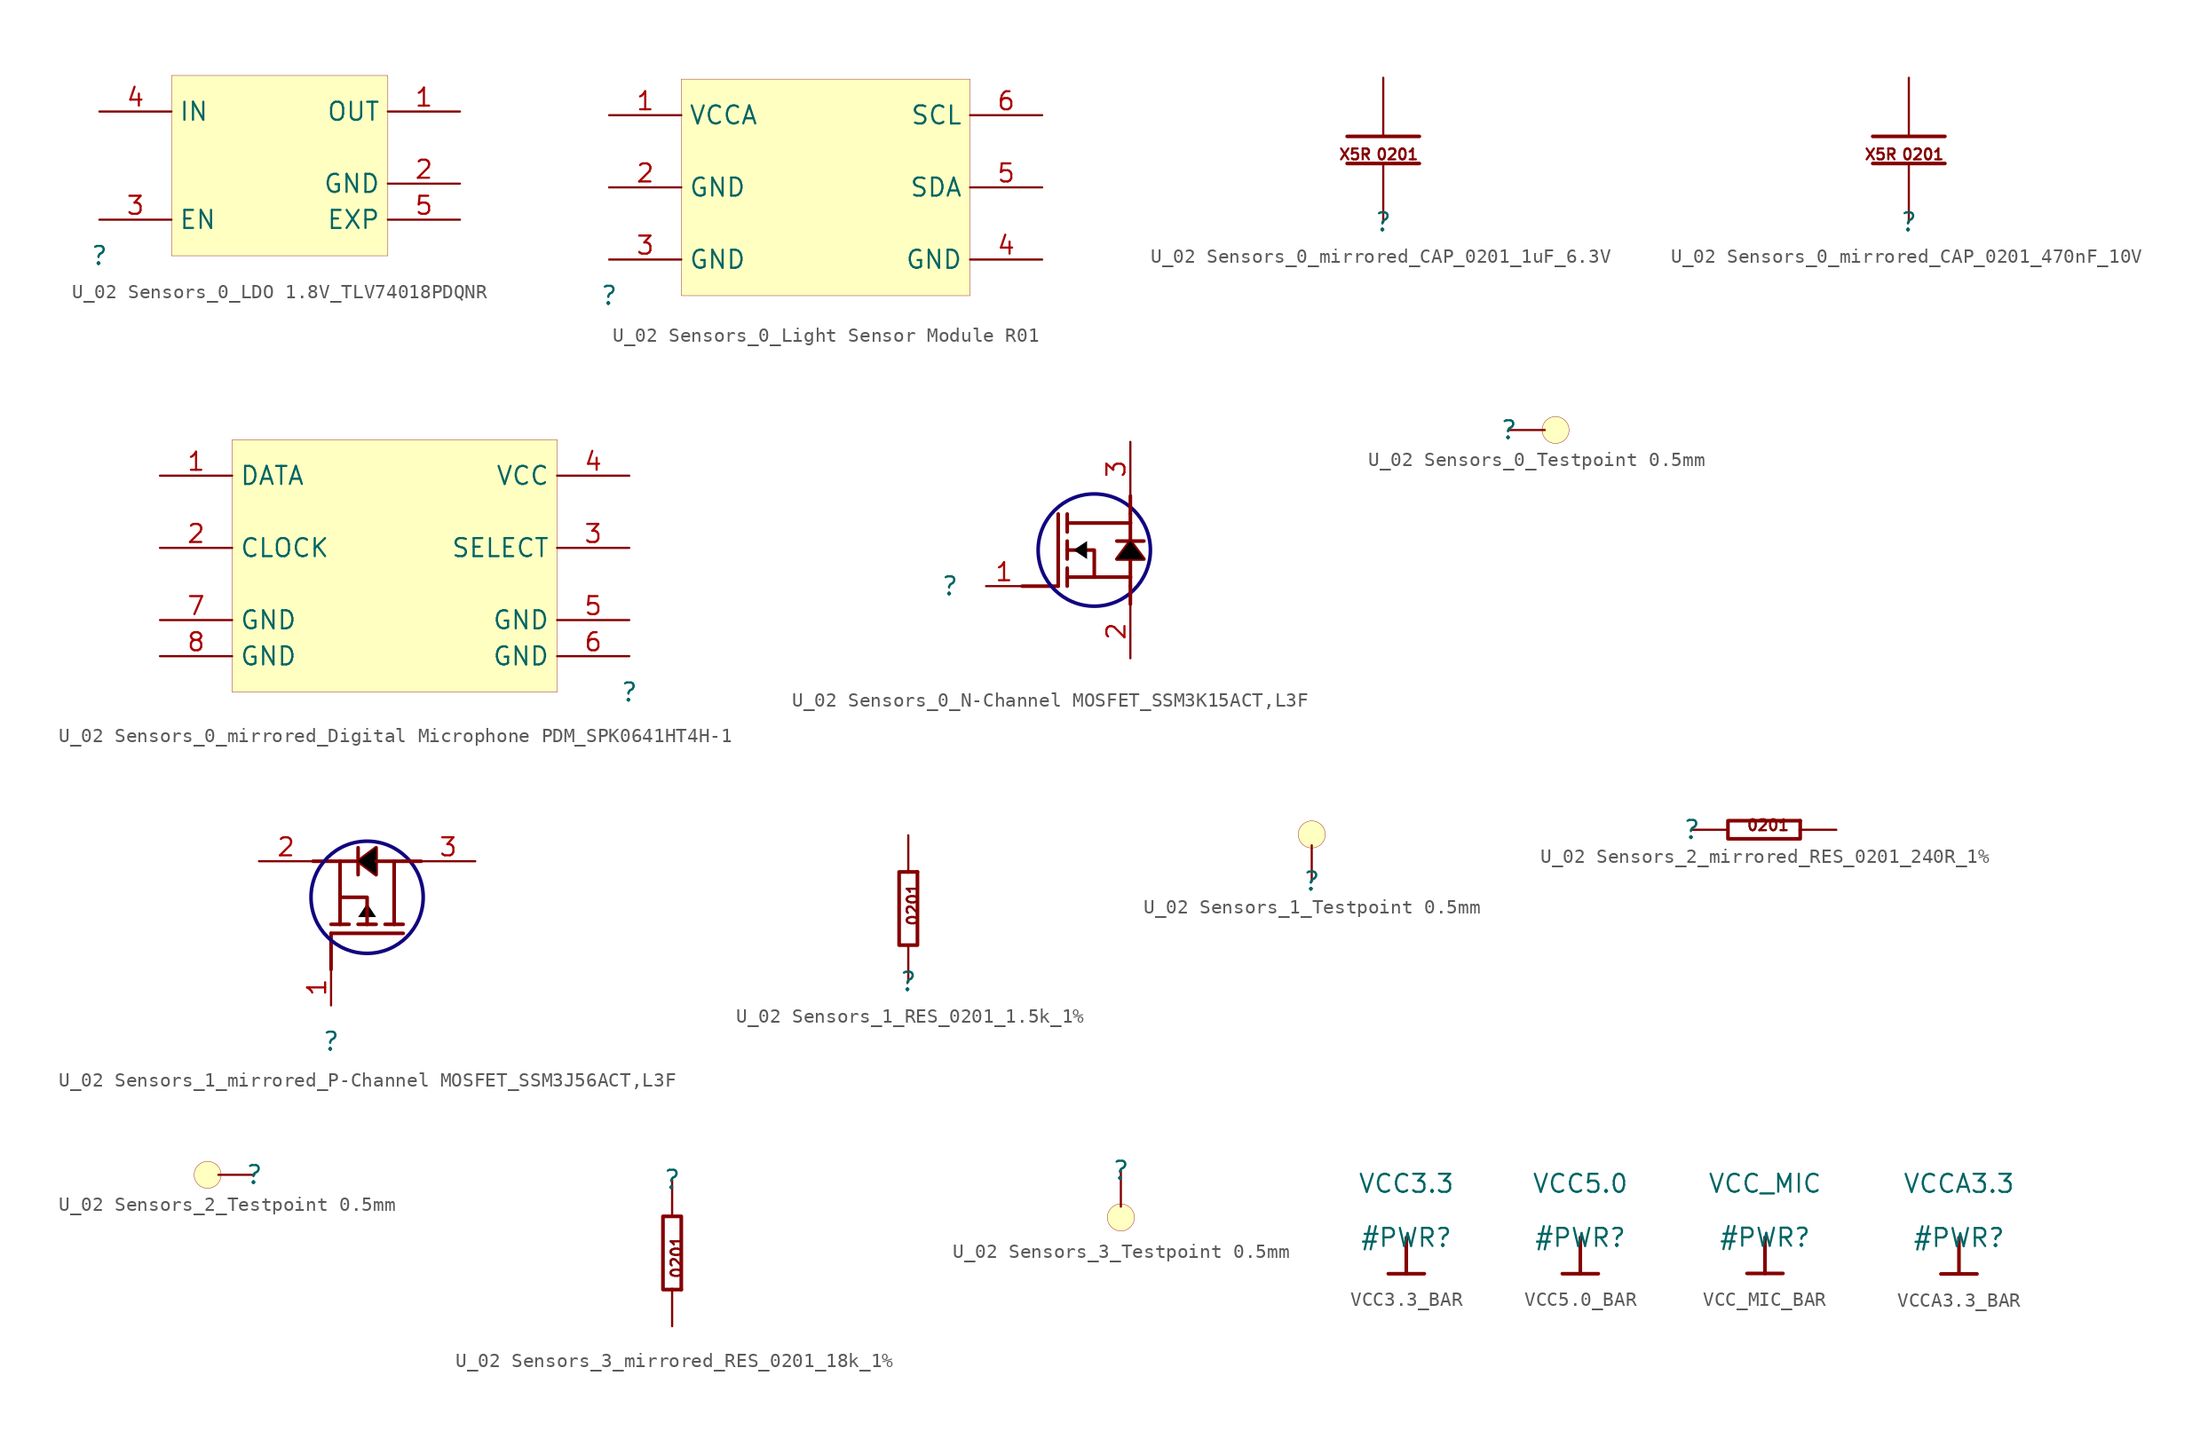
<source format=kicad_sym>
(kicad_symbol_lib
  (version 20231120)
  (generator "kicad_symbol_editor")
  (generator_version "8.0")
  (symbol "U_02 Sensors_0_LDO 1.8V_TLV74018PDQNR"
    (property "Reference" ""
      (at 0 0 0)
      (effects (font (size 1.27 1.27))))
    (property "Value" ""
      (at 0 0 0)
      (effects (font (size 1.27 1.27))))
    (symbol "U_02 Sensors_0_LDO 1.8V_TLV74018PDQNR_1_0"
      (rectangle (start 20.32 12.7) (end 5.08 0) (stroke (width 0.025) (type solid) (color 128 0 0 1)) (fill (type background)))
      (pin passive line (at 25.4 10.16 180) (length 5.08) (name "OUT" (effects (font (size 1.27 1.27)))) (number "1" (effects (font (size 1.27 1.27)))))
      (pin passive line (at 25.4 5.08 180) (length 5.08) (name "GND" (effects (font (size 1.27 1.27)))) (number "2" (effects (font (size 1.27 1.27)))))
      (pin passive line (at 0 2.54 0) (length 5.08) (name "EN" (effects (font (size 1.27 1.27)))) (number "3" (effects (font (size 1.27 1.27)))))
      (pin passive line (at 0 10.16 0) (length 5.08) (name "IN" (effects (font (size 1.27 1.27)))) (number "4" (effects (font (size 1.27 1.27)))))
      (pin passive line (at 25.4 2.54 180) (length 5.08) (name "EXP" (effects (font (size 1.27 1.27)))) (number "5" (effects (font (size 1.27 1.27)))))))
  (symbol "U_02 Sensors_0_Light Sensor Module R01"
    (property "Reference" ""
      (at 0 0 0)
      (effects (font (size 1.27 1.27))))
    (property "Value" ""
      (at 0 0 0)
      (effects (font (size 1.27 1.27))))
    (symbol "U_02 Sensors_0_Light Sensor Module R01_1_0"
      (rectangle (start 25.4 15.24) (end 5.08 0) (stroke (width 0.025) (type solid) (color 128 0 0 1)) (fill (type background)))
      (pin passive line (at 0 12.7 0) (length 5.08) (name "VCCA" (effects (font (size 1.27 1.27)))) (number "1" (effects (font (size 1.27 1.27)))))
      (pin passive line (at 0 7.62 0) (length 5.08) (name "GND" (effects (font (size 1.27 1.27)))) (number "2" (effects (font (size 1.27 1.27)))))
      (pin passive line (at 0 2.54 0) (length 5.08) (name "GND" (effects (font (size 1.27 1.27)))) (number "3" (effects (font (size 1.27 1.27)))))
      (pin passive line (at 30.48 2.54 180) (length 5.08) (name "GND" (effects (font (size 1.27 1.27)))) (number "4" (effects (font (size 1.27 1.27)))))
      (pin passive line (at 30.48 7.62 180) (length 5.08) (name "SDA" (effects (font (size 1.27 1.27)))) (number "5" (effects (font (size 1.27 1.27)))))
      (pin passive line (at 30.48 12.7 180) (length 5.08) (name "SCL" (effects (font (size 1.27 1.27)))) (number "6" (effects (font (size 1.27 1.27)))))))
  (symbol "U_02 Sensors_0_mirrored_CAP_0201_1uF_6.3V"
    (property "Reference" ""
      (at 0 0 0)
      (effects (font (size 1.27 1.27))))
    (property "Value" ""
      (at 0 0 0)
      (effects (font (size 1.27 1.27))))
    (symbol "U_02 Sensors_0_mirrored_CAP_0201_1uF_6.3V_1_0"
      (polyline (pts (xy 2.54 4.128) (xy -2.54 4.128)) (stroke (width 0.254) (type solid)) (fill (type none)))
      (polyline (pts (xy 2.54 6.033) (xy -2.54 6.033)) (stroke (width 0.254) (type solid)) (fill (type none)))
      (text "0201" (at 2.54 4.318 0) (effects (font (size 0.762 0.762)) (justify right bottom)))
      (text "X5R" (at -0.762 4.318 0) (effects (font (size 0.762 0.762)) (justify right bottom)))
      (pin passive line (at 0 10.16 270) (length 4.064) (name "1" (effects (font (size 0 0)))) (number "1" (effects (font (size 0 0)))))
      (pin passive line (at 0 0 90) (length 4.064) (name "2" (effects (font (size 0 0)))) (number "2" (effects (font (size 0 0)))))))
  (symbol "U_02 Sensors_0_mirrored_CAP_0201_470nF_10V"
    (property "Reference" ""
      (at 0 0 0)
      (effects (font (size 1.27 1.27))))
    (property "Value" ""
      (at 0 0 0)
      (effects (font (size 1.27 1.27))))
    (symbol "U_02 Sensors_0_mirrored_CAP_0201_470nF_10V_1_0"
      (polyline (pts (xy 2.54 4.128) (xy -2.54 4.128)) (stroke (width 0.254) (type solid)) (fill (type none)))
      (polyline (pts (xy 2.54 6.033) (xy -2.54 6.033)) (stroke (width 0.254) (type solid)) (fill (type none)))
      (text "0201" (at 2.54 4.318 0) (effects (font (size 0.762 0.762)) (justify right bottom)))
      (text "X5R" (at -0.762 4.318 0) (effects (font (size 0.762 0.762)) (justify right bottom)))
      (pin passive line (at 0 10.16 270) (length 4.064) (name "1" (effects (font (size 0 0)))) (number "1" (effects (font (size 0 0)))))
      (pin passive line (at 0 0 90) (length 4.064) (name "2" (effects (font (size 0 0)))) (number "2" (effects (font (size 0 0)))))))
  (symbol "U_02 Sensors_0_mirrored_Digital Microphone PDM_SPK0641HT4H-1"
    (property "Reference" ""
      (at 0 0 0)
      (effects (font (size 1.27 1.27))))
    (property "Value" ""
      (at 0 0 0)
      (effects (font (size 1.27 1.27))))
    (symbol "U_02 Sensors_0_mirrored_Digital Microphone PDM_SPK0641HT4H-1_1_0"
      (rectangle (start -5.08 17.78) (end -27.94 0) (stroke (width 0.025) (type solid) (color 128 0 0 1)) (fill (type background)))
      (pin passive line (at -33.02 15.24 0) (length 5.08) (name "DATA" (effects (font (size 1.27 1.27)))) (number "1" (effects (font (size 1.27 1.27)))))
      (pin passive line (at -33.02 10.16 0) (length 5.08) (name "CLOCK" (effects (font (size 1.27 1.27)))) (number "2" (effects (font (size 1.27 1.27)))))
      (pin passive line (at 0 10.16 180) (length 5.08) (name "SELECT" (effects (font (size 1.27 1.27)))) (number "3" (effects (font (size 1.27 1.27)))))
      (pin passive line (at 0 15.24 180) (length 5.08) (name "VCC" (effects (font (size 1.27 1.27)))) (number "4" (effects (font (size 1.27 1.27)))))
      (pin passive line (at 0 5.08 180) (length 5.08) (name "GND" (effects (font (size 1.27 1.27)))) (number "5" (effects (font (size 1.27 1.27)))))
      (pin passive line (at 0 2.54 180) (length 5.08) (name "GND" (effects (font (size 1.27 1.27)))) (number "6" (effects (font (size 1.27 1.27)))))
      (pin passive line (at -33.02 5.08 0) (length 5.08) (name "GND" (effects (font (size 1.27 1.27)))) (number "7" (effects (font (size 1.27 1.27)))))
      (pin passive line (at -33.02 2.54 0) (length 5.08) (name "GND" (effects (font (size 1.27 1.27)))) (number "8" (effects (font (size 1.27 1.27)))))))
  (symbol "U_02 Sensors_0_N-Channel MOSFET_SSM3K15ACT,L3F"
    (property "Reference" ""
      (at 0 0 0)
      (effects (font (size 1.27 1.27))))
    (property "Value" ""
      (at 0 0 0)
      (effects (font (size 1.27 1.27))))
    (symbol "U_02 Sensors_0_N-Channel MOSFET_SSM3K15ACT,L3F_1_0"
      (polyline (pts (xy 5.08 0) (xy 7.62 0)) (stroke (width 0.254) (type solid)) (fill (type none)))
      (polyline (pts (xy 7.62 0) (xy 7.62 5.08)) (stroke (width 0.254) (type solid)) (fill (type none)))
      (polyline (pts (xy 8.255 0.635) (xy 8.255 0)) (stroke (width 0.254) (type solid)) (fill (type none)))
      (polyline (pts (xy 8.255 0.635) (xy 8.255 1.27)) (stroke (width 0.254) (type solid)) (fill (type none)))
      (polyline (pts (xy 8.255 2.54) (xy 8.255 1.905)) (stroke (width 0.254) (type solid)) (fill (type none)))
      (polyline (pts (xy 8.255 2.54) (xy 8.255 3.175)) (stroke (width 0.254) (type solid)) (fill (type none)))
      (polyline (pts (xy 8.255 4.445) (xy 8.255 3.81)) (stroke (width 0.254) (type solid)) (fill (type none)))
      (polyline (pts (xy 8.255 4.445) (xy 8.255 5.08)) (stroke (width 0.254) (type solid)) (fill (type none)))
      (polyline (pts (xy 8.255 4.445) (xy 12.7 4.445)) (stroke (width 0.254) (type solid)) (fill (type none)))
      (polyline (pts (xy 10.16 0.635) (xy 12.7 0.635)) (stroke (width 0.254) (type solid)) (fill (type none)))
      (polyline (pts (xy 12.7 0) (xy 12.7 -1.27)) (stroke (width 0.254) (type solid)) (fill (type none)))
      (polyline (pts (xy 12.7 0.635) (xy 12.7 0)) (stroke (width 0.254) (type solid)) (fill (type none)))
      (polyline (pts (xy 12.7 0.635) (xy 12.7 1.905)) (stroke (width 0.254) (type solid)) (fill (type none)))
      (polyline (pts (xy 12.7 3.175) (xy 11.748 3.175)) (stroke (width 0.254) (type solid)) (fill (type none)))
      (polyline (pts (xy 12.7 3.175) (xy 13.653 3.175)) (stroke (width 0.254) (type solid)) (fill (type none)))
      (polyline (pts (xy 12.7 4.445) (xy 12.7 3.175)) (stroke (width 0.254) (type solid)) (fill (type none)))
      (polyline (pts (xy 12.7 4.445) (xy 12.7 5.08)) (stroke (width 0.254) (type solid)) (fill (type none)))
      (polyline (pts (xy 12.7 5.08) (xy 12.7 6.35)) (stroke (width 0.254) (type solid)) (fill (type none)))
      (polyline (pts (xy 12.7 1.905) (xy 11.748 1.905) (xy 12.7 3.175)) (stroke (width 0.254) (type solid)) (fill (type none)))
      (polyline (pts (xy 12.7 1.905) (xy 13.653 1.905) (xy 12.7 3.175)) (stroke (width 0.254) (type solid)) (fill (type none)))
      (polyline (pts (xy 8.255 2.54) (xy 10.16 2.54) (xy 10.16 0.635) (xy 8.255 0.635)) (stroke (width 0.254) (type solid)) (fill (type none)))
      (polyline (pts (xy 13.653 1.905) (xy 11.748 1.905) (xy 12.7 3.175) (xy 13.653 1.905)) (stroke (width -0.0001) (type solid) (color 0 0 0 1)) (fill (type outline)))
      (polyline (pts (xy 9.652 2.54) (xy 9.652 1.905) (xy 8.7 2.54) (xy 9.652 3.175) (xy 9.652 2.54)) (stroke (width -0.0001) (type solid) (color 0 0 0 1)) (fill (type outline)))
      (circle (center 10.16 2.54) (radius 3.952) (stroke (width 0.254) (type solid) (color 17 3 127 1)) (fill (type none)))
      (pin passive line (at 2.54 0 0) (length 2.54) (name "G" (effects (font (size 0 0)))) (number "1" (effects (font (size 1.27 1.27)))))
      (pin passive line (at 12.7 -5.08 90) (length 3.81) (name "S" (effects (font (size 0 0)))) (number "2" (effects (font (size 1.27 1.27)))))
      (pin passive line (at 12.7 10.16 270) (length 3.81) (name "D" (effects (font (size 0 0)))) (number "3" (effects (font (size 1.27 1.27)))))))
  (symbol "U_02 Sensors_0_Testpoint 0.5mm"
    (property "Reference" ""
      (at 0 0 0)
      (effects (font (size 1.27 1.27))))
    (property "Value" ""
      (at 0 0 0)
      (effects (font (size 1.27 1.27))))
    (symbol "U_02 Sensors_0_Testpoint 0.5mm_1_0"
      (circle (center 3.302 0) (radius 0.953) (stroke (width 0.025) (type solid)) (fill (type background)))
      (pin passive line (at 0 0 0) (length 2.54) (name "TP" (effects (font (size 0 0)))) (number "TP" (effects (font (size 0 0)))))))
  (symbol "U_02 Sensors_1_mirrored_P-Channel MOSFET_SSM3J56ACT,L3F"
    (property "Reference" ""
      (at 0 0 0)
      (effects (font (size 1.27 1.27))))
    (property "Value" ""
      (at 0 0 0)
      (effects (font (size 1.27 1.27))))
    (symbol "U_02 Sensors_1_mirrored_P-Channel MOSFET_SSM3J56ACT,L3F_1_0"
      (polyline (pts (xy 0 5.08) (xy 0 7.62)) (stroke (width 0.254) (type solid)) (fill (type none)))
      (polyline (pts (xy 0 7.62) (xy 5.08 7.62)) (stroke (width 0.254) (type solid)) (fill (type none)))
      (polyline (pts (xy 0 12.7) (xy -1.27 12.7)) (stroke (width 0.254) (type solid)) (fill (type none)))
      (polyline (pts (xy 0.635 8.255) (xy 0 8.255)) (stroke (width 0.254) (type solid)) (fill (type none)))
      (polyline (pts (xy 0.635 8.255) (xy 1.27 8.255)) (stroke (width 0.254) (type solid)) (fill (type none)))
      (polyline (pts (xy 0.635 10.16) (xy 0.635 12.7)) (stroke (width 0.254) (type solid)) (fill (type none)))
      (polyline (pts (xy 0.635 12.7) (xy 0 12.7)) (stroke (width 0.254) (type solid)) (fill (type none)))
      (polyline (pts (xy 0.635 12.7) (xy 1.905 12.7)) (stroke (width 0.254) (type solid)) (fill (type none)))
      (polyline (pts (xy 1.905 12.7) (xy 1.905 11.748)) (stroke (width 0.254) (type solid)) (fill (type none)))
      (polyline (pts (xy 1.905 12.7) (xy 1.905 13.653)) (stroke (width 0.254) (type solid)) (fill (type none)))
      (polyline (pts (xy 2.54 8.255) (xy 1.905 8.255)) (stroke (width 0.254) (type solid)) (fill (type none)))
      (polyline (pts (xy 2.54 8.255) (xy 3.175 8.255)) (stroke (width 0.254) (type solid)) (fill (type none)))
      (polyline (pts (xy 4.445 8.255) (xy 3.81 8.255)) (stroke (width 0.254) (type solid)) (fill (type none)))
      (polyline (pts (xy 4.445 8.255) (xy 4.445 12.7)) (stroke (width 0.254) (type solid)) (fill (type none)))
      (polyline (pts (xy 4.445 8.255) (xy 5.08 8.255)) (stroke (width 0.254) (type solid)) (fill (type none)))
      (polyline (pts (xy 4.445 12.7) (xy 3.175 12.7)) (stroke (width 0.254) (type solid)) (fill (type none)))
      (polyline (pts (xy 4.445 12.7) (xy 5.08 12.7)) (stroke (width 0.254) (type solid)) (fill (type none)))
      (polyline (pts (xy 5.08 12.7) (xy 6.35 12.7)) (stroke (width 0.254) (type solid)) (fill (type none)))
      (polyline (pts (xy 3.175 12.7) (xy 3.175 11.748) (xy 1.905 12.7)) (stroke (width 0.254) (type solid)) (fill (type none)))
      (polyline (pts (xy 3.175 12.7) (xy 3.175 13.653) (xy 1.905 12.7)) (stroke (width 0.254) (type solid)) (fill (type none)))
      (polyline (pts (xy 2.54 8.255) (xy 2.54 10.16) (xy 0.635 10.16) (xy 0.635 8.255)) (stroke (width 0.254) (type solid)) (fill (type none)))
      (polyline (pts (xy 3.175 11.748) (xy 3.175 13.653) (xy 1.905 12.7) (xy 3.175 11.748)) (stroke (width -0.0001) (type solid) (color 0 0 0 1)) (fill (type outline)))
      (polyline (pts (xy 2.54 8.763) (xy 3.175 8.763) (xy 2.54 9.716) (xy 1.905 8.763) (xy 2.54 8.763)) (stroke (width -0.0001) (type solid) (color 0 0 0 1)) (fill (type outline)))
      (circle (center 2.54 10.16) (radius 3.952) (stroke (width 0.254) (type solid) (color 17 3 127 1)) (fill (type none)))
      (pin passive line (at 0 2.54 90) (length 2.54) (name "G" (effects (font (size 0 0)))) (number "1" (effects (font (size 1.27 1.27)))))
      (pin passive line (at -5.08 12.7 0) (length 3.81) (name "S" (effects (font (size 0 0)))) (number "2" (effects (font (size 1.27 1.27)))))
      (pin passive line (at 10.16 12.7 180) (length 3.81) (name "D" (effects (font (size 0 0)))) (number "3" (effects (font (size 1.27 1.27)))))))
  (symbol "U_02 Sensors_1_RES_0201_1.5k_1%"
    (property "Reference" ""
      (at 0 0 0)
      (effects (font (size 1.27 1.27))))
    (property "Value" ""
      (at 0 0 0)
      (effects (font (size 1.27 1.27))))
    (symbol "U_02 Sensors_1_RES_0201_1.5k_1%_1_0"
      (polyline (pts (xy 0.635 7.62) (xy 0 7.62)) (stroke (width 0.254) (type solid)) (fill (type none)))
      (polyline (pts (xy 0 7.62) (xy -0.635 7.62) (xy -0.635 2.54) (xy 0.635 2.54) (xy 0.635 7.62)) (stroke (width 0.254) (type solid)) (fill (type none)))
      (text "0201" (at 0.762 3.81 900) (effects (font (size 0.762 0.762)) (justify left bottom)))
      (pin passive line (at 0 0 90) (length 2.54) (name "1" (effects (font (size 0 0)))) (number "1" (effects (font (size 0 0)))))
      (pin passive line (at 0 10.16 270) (length 2.54) (name "2" (effects (font (size 0 0)))) (number "2" (effects (font (size 0 0)))))))
  (symbol "U_02 Sensors_1_Testpoint 0.5mm"
    (property "Reference" ""
      (at 0 0 0)
      (effects (font (size 1.27 1.27))))
    (property "Value" ""
      (at 0 0 0)
      (effects (font (size 1.27 1.27))))
    (symbol "U_02 Sensors_1_Testpoint 0.5mm_1_0"
      (circle (center 0 3.302) (radius 0.953) (stroke (width 0.025) (type solid)) (fill (type background)))
      (pin passive line (at 0 0 90) (length 2.54) (name "TP" (effects (font (size 0 0)))) (number "TP" (effects (font (size 0 0)))))))
  (symbol "U_02 Sensors_2_mirrored_RES_0201_240R_1%"
    (property "Reference" ""
      (at 0 0 0)
      (effects (font (size 1.27 1.27))))
    (property "Value" ""
      (at 0 0 0)
      (effects (font (size 1.27 1.27))))
    (symbol "U_02 Sensors_2_mirrored_RES_0201_240R_1%_1_0"
      (polyline (pts (xy 7.62 0.635) (xy 7.62 0)) (stroke (width 0.254) (type solid)) (fill (type none)))
      (polyline (pts (xy 7.62 0) (xy 7.62 -0.635) (xy 2.54 -0.635) (xy 2.54 0.635) (xy 7.62 0.635)) (stroke (width 0.254) (type solid)) (fill (type none)))
      (text "0201" (at 3.81 0.762 0) (effects (font (size 0.762 0.762)) (justify left top)))
      (pin passive line (at 0 0 0) (length 2.54) (name "1" (effects (font (size 0 0)))) (number "1" (effects (font (size 0 0)))))
      (pin passive line (at 10.16 0 180) (length 2.54) (name "2" (effects (font (size 0 0)))) (number "2" (effects (font (size 0 0)))))))
  (symbol "U_02 Sensors_2_Testpoint 0.5mm"
    (property "Reference" ""
      (at 0 0 0)
      (effects (font (size 1.27 1.27))))
    (property "Value" ""
      (at 0 0 0)
      (effects (font (size 1.27 1.27))))
    (symbol "U_02 Sensors_2_Testpoint 0.5mm_1_0"
      (circle (center -3.302 0) (radius 0.953) (stroke (width 0.025) (type solid)) (fill (type background)))
      (pin passive line (at 0 0 180) (length 2.54) (name "TP" (effects (font (size 0 0)))) (number "TP" (effects (font (size 0 0)))))))
  (symbol "U_02 Sensors_3_mirrored_RES_0201_18k_1%"
    (property "Reference" ""
      (at 0 0 0)
      (effects (font (size 1.27 1.27))))
    (property "Value" ""
      (at 0 0 0)
      (effects (font (size 1.27 1.27))))
    (symbol "U_02 Sensors_3_mirrored_RES_0201_18k_1%_1_0"
      (polyline (pts (xy 0.635 -7.62) (xy 0 -7.62)) (stroke (width 0.254) (type solid)) (fill (type none)))
      (polyline (pts (xy 0 -7.62) (xy -0.635 -7.62) (xy -0.635 -2.54) (xy 0.635 -2.54) (xy 0.635 -7.62)) (stroke (width 0.254) (type solid)) (fill (type none)))
      (text "0201" (at 0.762 -3.81 900) (effects (font (size 0.762 0.762)) (justify right bottom)))
      (pin passive line (at 0 0 270) (length 2.54) (name "1" (effects (font (size 0 0)))) (number "1" (effects (font (size 0 0)))))
      (pin passive line (at 0 -10.16 90) (length 2.54) (name "2" (effects (font (size 0 0)))) (number "2" (effects (font (size 0 0)))))))
  (symbol "U_02 Sensors_3_Testpoint 0.5mm"
    (property "Reference" ""
      (at 0 0 0)
      (effects (font (size 1.27 1.27))))
    (property "Value" ""
      (at 0 0 0)
      (effects (font (size 1.27 1.27))))
    (symbol "U_02 Sensors_3_Testpoint 0.5mm_1_0"
      (circle (center 0 -3.302) (radius 0.953) (stroke (width 0.025) (type solid)) (fill (type background)))
      (pin passive line (at 0 0 270) (length 2.54) (name "TP" (effects (font (size 0 0)))) (number "TP" (effects (font (size 0 0)))))))
  (symbol "VCC3.3_BAR"
    (power)
    (property "Reference" "#PWR"
      (at 0 0 0)
      (effects (font (size 1.27 1.27))))
    (property "Value" "VCC3.3"
      (at 0 3.81 0)
      (effects (font (size 1.27 1.27))))
    (symbol "VCC3.3_BAR_0_0"
      (polyline (pts (xy -1.27 -2.54) (xy 1.27 -2.54)) (stroke (width 0.254) (type solid)) (fill (type none)))
      (polyline (pts (xy 0 0) (xy 0 -2.54)) (stroke (width 0.254) (type solid)) (fill (type none)))
      (pin power_in line (at 0 0 0) (length 0) hide (name "VCC3.3" (effects (font (size 1.27 1.27)))) (number "" (effects (font (size 1.27 1.27)))))))
  (symbol "VCC5.0_BAR"
    (power)
    (property "Reference" "#PWR"
      (at 0 0 0)
      (effects (font (size 1.27 1.27))))
    (property "Value" "VCC5.0"
      (at 0 3.81 0)
      (effects (font (size 1.27 1.27))))
    (symbol "VCC5.0_BAR_0_0"
      (polyline (pts (xy -1.27 -2.54) (xy 1.27 -2.54)) (stroke (width 0.254) (type solid)) (fill (type none)))
      (polyline (pts (xy 0 0) (xy 0 -2.54)) (stroke (width 0.254) (type solid)) (fill (type none)))
      (pin power_in line (at 0 0 0) (length 0) hide (name "VCC5.0" (effects (font (size 1.27 1.27)))) (number "" (effects (font (size 1.27 1.27)))))))
  (symbol "VCC_MIC_BAR"
    (power)
    (property "Reference" "#PWR"
      (at 0 0 0)
      (effects (font (size 1.27 1.27))))
    (property "Value" "VCC_MIC"
      (at 0 3.81 0)
      (effects (font (size 1.27 1.27))))
    (symbol "VCC_MIC_BAR_0_0"
      (polyline (pts (xy -1.27 -2.54) (xy 1.27 -2.54)) (stroke (width 0.254) (type solid)) (fill (type none)))
      (polyline (pts (xy 0 0) (xy 0 -2.54)) (stroke (width 0.254) (type solid)) (fill (type none)))
      (pin power_in line (at 0 0 0) (length 0) hide (name "VCC_MIC" (effects (font (size 1.27 1.27)))) (number "" (effects (font (size 1.27 1.27)))))))
  (symbol "VCCA3.3_BAR"
    (power)
    (property "Reference" "#PWR"
      (at 0 0 0)
      (effects (font (size 1.27 1.27))))
    (property "Value" "VCCA3.3"
      (at 0 3.81 0)
      (effects (font (size 1.27 1.27))))
    (symbol "VCCA3.3_BAR_0_0"
      (polyline (pts (xy -1.27 -2.54) (xy 1.27 -2.54)) (stroke (width 0.254) (type solid)) (fill (type none)))
      (polyline (pts (xy 0 0) (xy 0 -2.54)) (stroke (width 0.254) (type solid)) (fill (type none)))
      (pin power_in line (at 0 0 0) (length 0) hide (name "VCCA3.3" (effects (font (size 1.27 1.27)))) (number "" (effects (font (size 1.27 1.27))))))))
</source>
